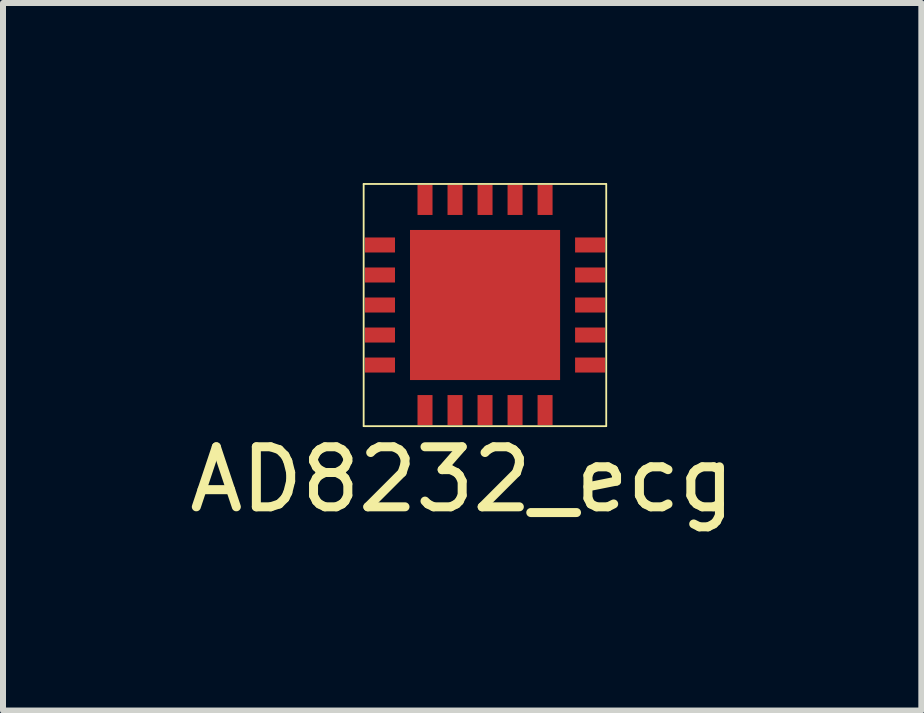
<source format=kicad_pcb>
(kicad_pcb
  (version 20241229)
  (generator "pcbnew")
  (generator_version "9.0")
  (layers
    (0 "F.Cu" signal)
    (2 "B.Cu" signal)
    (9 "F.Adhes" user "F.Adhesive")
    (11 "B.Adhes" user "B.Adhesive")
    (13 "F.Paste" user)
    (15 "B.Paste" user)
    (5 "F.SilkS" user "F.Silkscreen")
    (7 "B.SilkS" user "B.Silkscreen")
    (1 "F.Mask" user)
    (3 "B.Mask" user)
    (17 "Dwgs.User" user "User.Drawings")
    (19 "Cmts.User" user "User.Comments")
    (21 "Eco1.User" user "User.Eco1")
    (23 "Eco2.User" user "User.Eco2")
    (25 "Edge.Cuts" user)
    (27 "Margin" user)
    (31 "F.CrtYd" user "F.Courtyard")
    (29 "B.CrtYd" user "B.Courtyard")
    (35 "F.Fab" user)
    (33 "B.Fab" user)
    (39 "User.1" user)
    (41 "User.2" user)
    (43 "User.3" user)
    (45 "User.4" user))
  (footprint "AD8232_ecg"
    (layer "F.Cu")
    (at 3.28 1.031)
    (property "Reference" "AD8232_ecg" (at 1.369 3.907 0) (layer "F.SilkS") (effects (font (size 1 1) (thickness 0.15))))
    (attr through_hole)
    (fp_line (start -0.272 -1.016) (end -0.272 3.018) (stroke (width 0.03) (type solid)) (layer "F.SilkS"))
    (fp_line (start -0.272 -1.016) (end 3.769 -1.016) (stroke (width 0.03) (type solid)) (layer "F.SilkS"))
    (fp_line (start 3.769 -1.016) (end 3.769 3.015) (stroke (width 0.03) (type solid)) (layer "F.SilkS"))
    (fp_line (start 3.769 3.018) (end -0.272 3.018) (stroke (width 0.03) (type solid)) (layer "F.SilkS"))
    (pad "1" smd rect (at 0 0) (size 0.5 0.25) (layers "F.Cu" "F.Mask" "F.Paste"))
    (pad "2" smd rect (at 0 0.5) (size 0.5 0.25) (layers "F.Cu" "F.Mask" "F.Paste"))
    (pad "3" smd rect (at 0 1) (size 0.5 0.25) (layers "F.Cu" "F.Mask" "F.Paste"))
    (pad "4" smd rect (at 0 1.5) (size 0.5 0.25) (layers "F.Cu" "F.Mask" "F.Paste"))
    (pad "5" smd rect (at 0 2) (size 0.5 0.25) (layers "F.Cu" "F.Mask" "F.Paste"))
    (pad "6" smd rect (at 0.75 2.75) (size 0.25 0.5) (layers "F.Cu" "F.Mask" "F.Paste"))
    (pad "7" smd rect (at 1.25 2.75) (size 0.25 0.5) (layers "F.Cu" "F.Mask" "F.Paste"))
    (pad "8" smd rect (at 1.75 2.75) (size 0.25 0.5) (layers "F.Cu" "F.Mask" "F.Paste"))
    (pad "9" smd rect (at 2.25 2.75) (size 0.25 0.5) (layers "F.Cu" "F.Mask" "F.Paste"))
    (pad "10" smd rect (at 2.75 2.75) (size 0.25 0.5) (layers "F.Cu" "F.Mask" "F.Paste"))
    (pad "11" smd rect (at 3.5 2) (size 0.5 0.25) (layers "F.Cu" "F.Mask" "F.Paste"))
    (pad "12" smd rect (at 3.5 1.5) (size 0.5 0.25) (layers "F.Cu" "F.Mask" "F.Paste"))
    (pad "13" smd rect (at 3.5 1) (size 0.5 0.25) (layers "F.Cu" "F.Mask" "F.Paste"))
    (pad "14" smd rect (at 3.5 0.5) (size 0.5 0.25) (layers "F.Cu" "F.Mask" "F.Paste"))
    (pad "15" smd rect (at 3.5 0) (size 0.5 0.25) (layers "F.Cu" "F.Mask" "F.Paste"))
    (pad "16" smd rect (at 2.75 -0.75) (size 0.25 0.5) (layers "F.Cu" "F.Mask" "F.Paste"))
    (pad "17" smd rect (at 2.25 -0.75) (size 0.25 0.5) (layers "F.Cu" "F.Mask" "F.Paste"))
    (pad "18" smd rect (at 1.75 -0.75) (size 0.25 0.5) (layers "F.Cu" "F.Mask" "F.Paste"))
    (pad "19" smd rect (at 1.25 -0.75) (size 0.25 0.5) (layers "F.Cu" "F.Mask" "F.Paste"))
    (pad "20" smd rect (at 0.75 -0.75) (size 0.25 0.5) (layers "F.Cu" "F.Mask" "F.Paste"))
    (pad "21" smd rect (at 1.75 1) (size 2.5 2.5) (layers "F.Cu" "F.Mask" "F.Paste")))
  (gr_rect
    (start -3 -3)
    (end 12.298 8.786)
    (stroke (width 0.1) (type default))
    (fill no)
    (layer "Edge.Cuts")))
</source>
